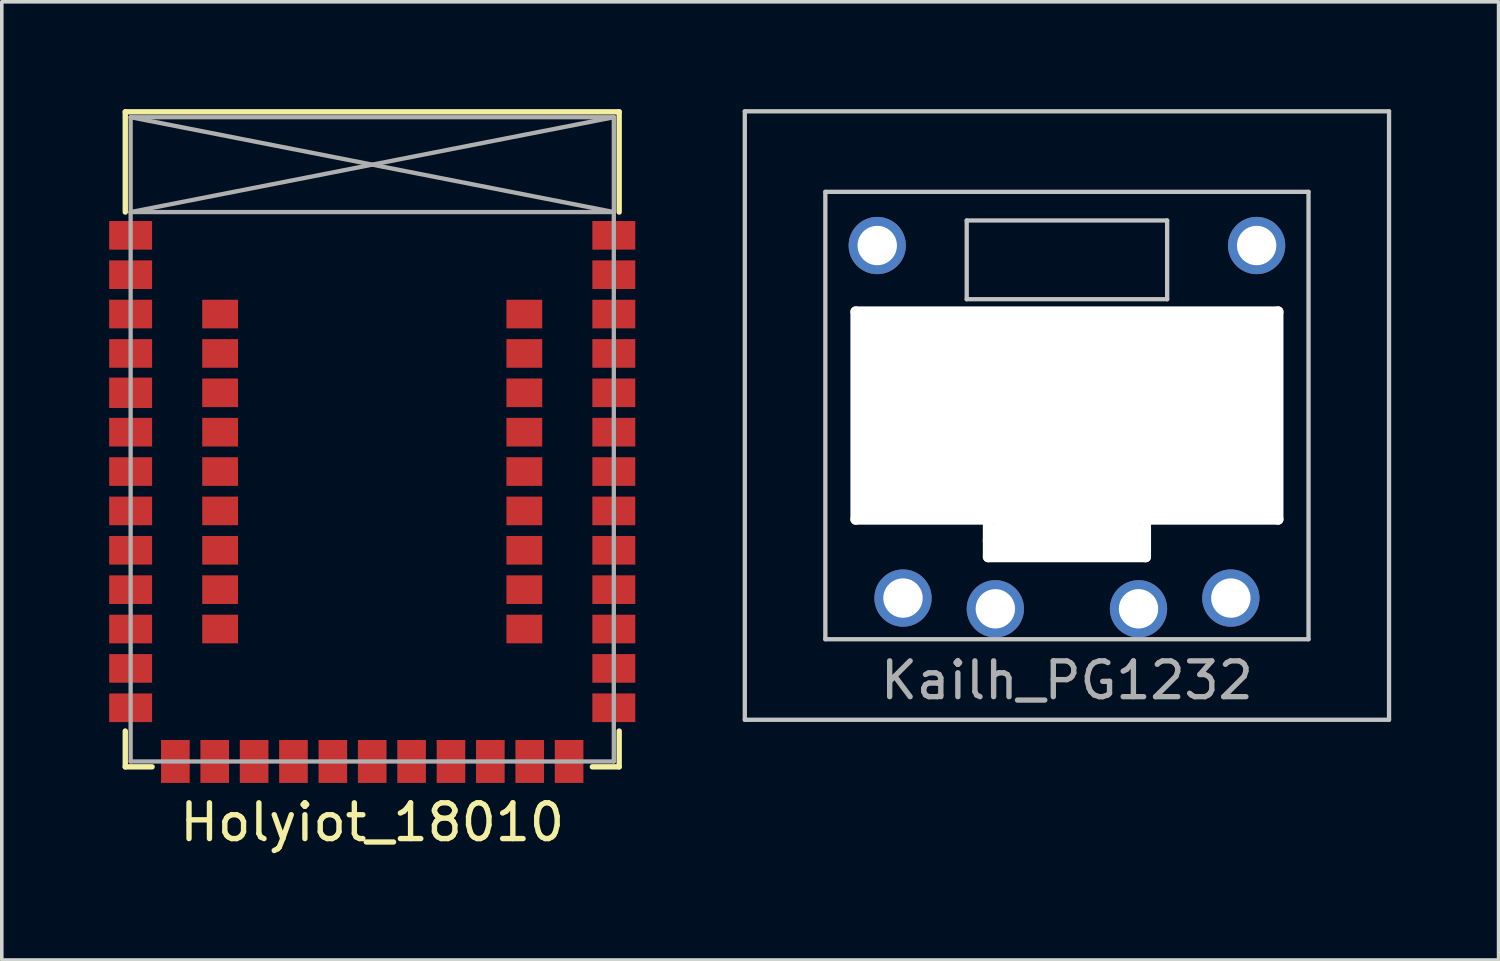
<source format=kicad_pcb>
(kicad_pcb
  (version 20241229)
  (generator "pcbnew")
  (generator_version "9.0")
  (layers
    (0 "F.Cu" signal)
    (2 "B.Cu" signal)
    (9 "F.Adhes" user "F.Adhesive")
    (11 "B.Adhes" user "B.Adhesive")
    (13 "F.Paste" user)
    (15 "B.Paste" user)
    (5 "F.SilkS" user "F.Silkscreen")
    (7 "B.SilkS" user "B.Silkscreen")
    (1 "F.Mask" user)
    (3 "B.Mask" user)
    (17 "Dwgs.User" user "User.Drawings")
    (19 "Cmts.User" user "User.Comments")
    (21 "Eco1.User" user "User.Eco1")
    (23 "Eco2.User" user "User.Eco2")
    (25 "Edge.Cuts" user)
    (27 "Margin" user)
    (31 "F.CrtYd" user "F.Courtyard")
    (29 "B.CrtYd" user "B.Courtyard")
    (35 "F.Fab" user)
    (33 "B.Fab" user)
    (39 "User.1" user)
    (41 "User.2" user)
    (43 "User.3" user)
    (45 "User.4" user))
  (footprint "Holyiot_18010"
    (layer "F.Cu")
    (at 7.35 9.225)
    (property "Reference" "Holyiot_18010" (at 0 10.7 0) (layer "F.SilkS") (effects (font (size 1 1) (thickness 0.15))))
    (attr through_hole)
    (fp_line (start -6.9 -9.15) (end 6.9 -9.15) (stroke (width 0.15) (type solid)) (layer "F.SilkS"))
    (fp_line (start -6.9 -6.35) (end -6.9 -9.15) (stroke (width 0.15) (type solid)) (layer "F.SilkS"))
    (fp_line (start -6.9 8.15) (end -6.9 9.15) (stroke (width 0.15) (type solid)) (layer "F.SilkS"))
    (fp_line (start -6.9 9.15) (end -6.15 9.15) (stroke (width 0.15) (type solid)) (layer "F.SilkS"))
    (fp_line (start 6.15 9.15) (end 6.9 9.15) (stroke (width 0.15) (type solid)) (layer "F.SilkS"))
    (fp_line (start 6.9 -9.15) (end 6.9 -6.35) (stroke (width 0.15) (type solid)) (layer "F.SilkS"))
    (fp_line (start 6.9 8.15) (end 6.9 9.15) (stroke (width 0.15) (type solid)) (layer "F.SilkS"))
    (fp_line (start -6.75 -9) (end -6.75 9) (stroke (width 0.12) (type solid)) (layer "F.Fab"))
    (fp_line (start -6.75 -9) (end 6.75 -9) (stroke (width 0.12) (type solid)) (layer "F.Fab"))
    (fp_line (start -6.75 -6.35) (end 6.75 -9) (stroke (width 0.12) (type solid)) (layer "F.Fab"))
    (fp_line (start -6.75 -6.35) (end 6.75 -6.35) (stroke (width 0.12) (type solid)) (layer "F.Fab"))
    (fp_line (start -6.75 9) (end 6.75 9) (stroke (width 0.12) (type solid)) (layer "F.Fab"))
    (fp_line (start 6.75 -9) (end 6.75 9) (stroke (width 0.12) (type solid)) (layer "F.Fab"))
    (fp_line (start 6.75 -6.35) (end -6.75 -9) (stroke (width 0.12) (type solid)) (layer "F.Fab"))
    (pad "1" smd rect (at -6.75 -5.7) (size 1.2 0.8) (layers "F.Cu" "F.Mask" "F.Paste"))
    (pad "2" smd rect (at -6.75 -4.6) (size 1.2 0.8) (layers "F.Cu" "F.Mask" "F.Paste"))
    (pad "3" smd rect (at -6.75 -3.5) (size 1.2 0.8) (layers "F.Cu" "F.Mask" "F.Paste"))
    (pad "4" smd rect (at -6.75 -2.4) (size 1.2 0.8) (layers "F.Cu" "F.Mask" "F.Paste"))
    (pad "5" smd rect (at -6.75 -1.3) (size 1.2 0.85) (layers "F.Cu" "F.Mask" "F.Paste"))
    (pad "6" smd rect (at -6.75 -0.2) (size 1.2 0.8) (layers "F.Cu" "F.Mask" "F.Paste"))
    (pad "7" smd rect (at -6.75 0.9) (size 1.2 0.8) (layers "F.Cu" "F.Mask" "F.Paste"))
    (pad "8" smd rect (at -6.75 2) (size 1.2 0.8) (layers "F.Cu" "F.Mask" "F.Paste"))
    (pad "9" smd rect (at -6.75 3.1) (size 1.2 0.8) (layers "F.Cu" "F.Mask" "F.Paste"))
    (pad "10" smd rect (at -6.75 4.2) (size 1.2 0.8) (layers "F.Cu" "F.Mask" "F.Paste"))
    (pad "11" smd rect (at -6.75 5.3) (size 1.2 0.8) (layers "F.Cu" "F.Mask" "F.Paste"))
    (pad "12" smd rect (at -6.75 6.4) (size 1.2 0.8) (layers "F.Cu" "F.Mask" "F.Paste"))
    (pad "13" smd rect (at -6.75 7.5) (size 1.2 0.8) (layers "F.Cu" "F.Mask" "F.Paste"))
    (pad "14" smd rect (at -4.25 -3.5) (size 1 0.8) (layers "F.Cu" "F.Mask" "F.Paste"))
    (pad "15" smd rect (at -4.25 -2.4) (size 1 0.8) (layers "F.Cu" "F.Mask" "F.Paste"))
    (pad "16" smd rect (at -4.25 -1.3) (size 1 0.8) (layers "F.Cu" "F.Mask" "F.Paste"))
    (pad "17" smd rect (at -4.25 -0.2) (size 1 0.8) (layers "F.Cu" "F.Mask" "F.Paste"))
    (pad "18" smd rect (at -4.25 0.9) (size 1 0.8) (layers "F.Cu" "F.Mask" "F.Paste"))
    (pad "19" smd rect (at -4.25 2) (size 1 0.8) (layers "F.Cu" "F.Mask" "F.Paste"))
    (pad "20" smd rect (at -4.25 3.1) (size 1 0.8) (layers "F.Cu" "F.Mask" "F.Paste"))
    (pad "21" smd rect (at -4.25 4.2) (size 1 0.8) (layers "F.Cu" "F.Mask" "F.Paste"))
    (pad "22" smd rect (at -4.25 5.3) (size 1 0.8) (layers "F.Cu" "F.Mask" "F.Paste"))
    (pad "23" smd rect (at 4.25 -3.5) (size 1 0.8) (layers "F.Cu" "F.Mask" "F.Paste"))
    (pad "24" smd rect (at 4.25 -2.4) (size 1 0.8) (layers "F.Cu" "F.Mask" "F.Paste"))
    (pad "25" smd rect (at 4.25 -1.3) (size 1 0.8) (layers "F.Cu" "F.Mask" "F.Paste"))
    (pad "26" smd rect (at 4.25 -0.2) (size 1 0.8) (layers "F.Cu" "F.Mask" "F.Paste"))
    (pad "27" smd rect (at 4.25 0.9) (size 1 0.8) (layers "F.Cu" "F.Mask" "F.Paste"))
    (pad "28" smd rect (at 4.25 2) (size 1 0.8) (layers "F.Cu" "F.Mask" "F.Paste"))
    (pad "29" smd rect (at 4.25 3.1) (size 1 0.8) (layers "F.Cu" "F.Mask" "F.Paste"))
    (pad "30" smd rect (at 4.25 4.2) (size 1 0.8) (layers "F.Cu" "F.Mask" "F.Paste"))
    (pad "31" smd rect (at 4.25 5.3) (size 1 0.8) (layers "F.Cu" "F.Mask" "F.Paste"))
    (pad "32" smd rect (at 6.75 -5.7) (size 1.2 0.8) (layers "F.Cu" "F.Mask" "F.Paste"))
    (pad "33" smd rect (at 6.75 -4.6) (size 1.2 0.8) (layers "F.Cu" "F.Mask" "F.Paste"))
    (pad "34" smd rect (at 6.75 -3.5) (size 1.2 0.8) (layers "F.Cu" "F.Mask" "F.Paste"))
    (pad "35" smd rect (at 6.75 -2.4) (size 1.2 0.8) (layers "F.Cu" "F.Mask" "F.Paste"))
    (pad "36" smd rect (at 6.75 -1.3) (size 1.2 0.8) (layers "F.Cu" "F.Mask" "F.Paste"))
    (pad "37" smd rect (at 6.75 -0.2) (size 1.2 0.8) (layers "F.Cu" "F.Mask" "F.Paste"))
    (pad "38" smd rect (at 6.75 0.9) (size 1.2 0.8) (layers "F.Cu" "F.Mask" "F.Paste"))
    (pad "39" smd rect (at 6.75 2) (size 1.2 0.8) (layers "F.Cu" "F.Mask" "F.Paste"))
    (pad "40" smd rect (at 6.75 3.1) (size 1.2 0.8) (layers "F.Cu" "F.Mask" "F.Paste"))
    (pad "41" smd rect (at 6.75 4.2) (size 1.2 0.8) (layers "F.Cu" "F.Mask" "F.Paste"))
    (pad "42" smd rect (at 6.75 5.3) (size 1.2 0.8) (layers "F.Cu" "F.Mask" "F.Paste"))
    (pad "43" smd rect (at 6.75 6.4) (size 1.2 0.8) (layers "F.Cu" "F.Mask" "F.Paste"))
    (pad "44" smd rect (at 6.75 7.5) (size 1.2 0.8) (layers "F.Cu" "F.Mask" "F.Paste"))
    (pad "45" smd rect (at 5.5 9 90) (size 1.2 0.8) (layers "F.Cu" "F.Mask" "F.Paste"))
    (pad "46" smd rect (at 4.4 9 90) (size 1.2 0.8) (layers "F.Cu" "F.Mask" "F.Paste"))
    (pad "47" smd rect (at 3.3 9 90) (size 1.2 0.8) (layers "F.Cu" "F.Mask" "F.Paste"))
    (pad "48" smd rect (at 2.2 9 90) (size 1.2 0.8) (layers "F.Cu" "F.Mask" "F.Paste"))
    (pad "49" smd rect (at 1.1 9 90) (size 1.2 0.8) (layers "F.Cu" "F.Mask" "F.Paste"))
    (pad "50" smd rect (at 0 9 90) (size 1.2 0.8) (layers "F.Cu" "F.Mask" "F.Paste"))
    (pad "51" smd rect (at -1.1 9 90) (size 1.2 0.8) (layers "F.Cu" "F.Mask" "F.Paste"))
    (pad "52" smd rect (at -2.2 9 90) (size 1.2 0.8) (layers "F.Cu" "F.Mask" "F.Paste"))
    (pad "53" smd rect (at -3.3 9 90) (size 1.2 0.8) (layers "F.Cu" "F.Mask" "F.Paste"))
    (pad "54" smd rect (at -4.4 9 90) (size 1.2 0.8) (layers "F.Cu" "F.Mask" "F.Paste"))
    (pad "55" smd rect (at -5.5 9 90) (size 1.2 0.8) (layers "F.Cu" "F.Mask" "F.Paste")))
  (footprint "Kailh_PG1232"
    (layer "F.Cu")
    (at 26.76 8.56)
    (property "Reference" "Kailh_PG1232" (at 0 7.4 0) (layer "F.Fab") (effects (font (size 1 1) (thickness 0.15))))
    (attr through_hole)
    (fp_line (start -9 -8.5) (end -9 8.5) (stroke (width 0.12) (type solid)) (layer "Dwgs.User"))
    (fp_line (start -9 8.5) (end 9 8.5) (stroke (width 0.12) (type solid)) (layer "Dwgs.User"))
    (fp_line (start -6.75 -6.25) (end 6.75 -6.25) (stroke (width 0.12) (type solid)) (layer "Dwgs.User"))
    (fp_line (start -6.75 6.25) (end -6.75 -6.25) (stroke (width 0.12) (type solid)) (layer "Dwgs.User"))
    (fp_line (start -5.95 -2.95) (end 5.95 -2.95) (stroke (width 0.12) (type solid)) (layer "Dwgs.User"))
    (fp_line (start -5.95 2.95) (end -5.95 -2.95) (stroke (width 0.12) (type solid)) (layer "Dwgs.User"))
    (fp_line (start -2.8 -5.45) (end 2.8 -5.45) (stroke (width 0.12) (type solid)) (layer "Dwgs.User"))
    (fp_line (start -2.8 -3.25) (end -2.8 -5.45) (stroke (width 0.12) (type solid)) (layer "Dwgs.User"))
    (fp_line (start -2.25 2.95) (end -5.95 2.95) (stroke (width 0.12) (type solid)) (layer "Dwgs.User"))
    (fp_line (start -2.25 2.95) (end -2.25 4) (stroke (width 0.12) (type solid)) (layer "Dwgs.User"))
    (fp_line (start -2.25 4) (end 2.25 4) (stroke (width 0.12) (type solid)) (layer "Dwgs.User"))
    (fp_line (start 2.25 2.95) (end 5.95 2.95) (stroke (width 0.12) (type solid)) (layer "Dwgs.User"))
    (fp_line (start 2.25 4) (end 2.25 2.95) (stroke (width 0.12) (type solid)) (layer "Dwgs.User"))
    (fp_line (start 2.8 -5.45) (end 2.8 -3.25) (stroke (width 0.12) (type solid)) (layer "Dwgs.User"))
    (fp_line (start 2.8 -3.25) (end -2.8 -3.25) (stroke (width 0.12) (type solid)) (layer "Dwgs.User"))
    (fp_line (start 5.95 -2.95) (end 5.95 2.95) (stroke (width 0.12) (type solid)) (layer "Dwgs.User"))
    (fp_line (start 6.75 -6.25) (end 6.75 6.25) (stroke (width 0.12) (type solid)) (layer "Dwgs.User"))
    (fp_line (start 6.75 6.25) (end -6.75 6.25) (stroke (width 0.12) (type solid)) (layer "Dwgs.User"))
    (fp_line (start 9 -8.5) (end -9 -8.5) (stroke (width 0.12) (type solid)) (layer "Dwgs.User"))
    (fp_line (start 9 8.5) (end 9 -8.5) (stroke (width 0.12) (type solid)) (layer "Dwgs.User"))
    (pad "" np_thru_hole oval (at -5.9 0 90) (size 6.1 0.3) (drill oval 6.1 0.3) (layers "*.Cu" "*.Mask"))
    (pad "" np_thru_hole oval (at -5.36 0) (size 1 5.9) (drill oval 1 5.9) (layers "*.Cu" "*.Mask"))
    (pad "" np_thru_hole oval (at -4.59 0) (size 1 5.9) (drill oval 1 5.9) (layers "*.Cu" "*.Mask"))
    (pad "" np_thru_hole oval (at -4.2 0) (size 1 5.9) (drill oval 1 5.9) (layers "*.Cu" "*.Mask"))
    (pad "" np_thru_hole oval (at -2.2 3.5 90) (size 1.2 0.3) (drill oval 1.2 0.3) (layers "*.Cu" "*.Mask"))
    (pad "" np_thru_hole oval (at 0 -2.9) (size 12.1 0.3) (drill oval 12.1 0.3) (layers "*.Cu" "*.Mask"))
    (pad "" np_thru_hole oval (at 0 0) (size 11.85 5.9) (drill oval 11.85 5.9) (layers "*.Cu" "*.Mask"))
    (pad "" np_thru_hole oval (at 0 2.9) (size 12.1 0.3) (drill oval 12.1 0.3) (layers "*.Cu" "*.Mask"))
    (pad "" np_thru_hole oval (at 0 3.5) (size 4.7 1) (drill oval 4.7 1) (layers "*.Cu" "*.Mask"))
    (pad "" np_thru_hole oval (at 0 3.95) (size 4.7 0.3) (drill oval 4.7 0.3) (layers "*.Cu" "*.Mask"))
    (pad "" np_thru_hole oval (at 2.2 3.5 90) (size 1.2 0.3) (drill oval 1.2 0.3) (layers "*.Cu" "*.Mask"))
    (pad "" np_thru_hole oval (at 4.2 0) (size 1 5.9) (drill oval 1 5.9) (layers "*.Cu" "*.Mask"))
    (pad "" np_thru_hole oval (at 4.59 0) (size 1 5.9) (drill oval 1 5.9) (layers "*.Cu" "*.Mask"))
    (pad "" np_thru_hole oval (at 5.36 0) (size 1 5.9) (drill oval 1 5.9) (layers "*.Cu" "*.Mask"))
    (pad "" np_thru_hole oval (at 5.9 0 90) (size 6.1 0.3) (drill oval 6.1 0.3) (layers "*.Cu" "*.Mask"))
    (pad "1" thru_hole circle (at -4.58 5.1) (size 1.6 1.6) (drill 1.1) (layers "*.Cu" "B.Mask"))
    (pad "1" thru_hole circle (at 4.58 5.1) (size 1.6 1.6) (drill 1.1) (layers "*.Cu" "F.Mask"))
    (pad "2" thru_hole circle (at -2 5.4) (size 1.6 1.6) (drill 1.1) (layers "*.Cu" "F.Mask"))
    (pad "2" thru_hole circle (at 2 5.4) (size 1.6 1.6) (drill 1.1) (layers "*.Cu" "B.Mask"))
    (pad "3" thru_hole circle (at 5.3 -4.75) (size 1.6 1.6) (drill 1.1) (layers "*.Cu" "*.Mask"))
    (pad "4" thru_hole circle (at -5.3 -4.75) (size 1.6 1.6) (drill 1.1) (layers "*.Cu" "*.Mask")))
  (gr_rect
    (start -3 -3)
    (end 38.82 23.773)
    (stroke (width 0.1) (type default))
    (fill no)
    (layer "Edge.Cuts")))
</source>
